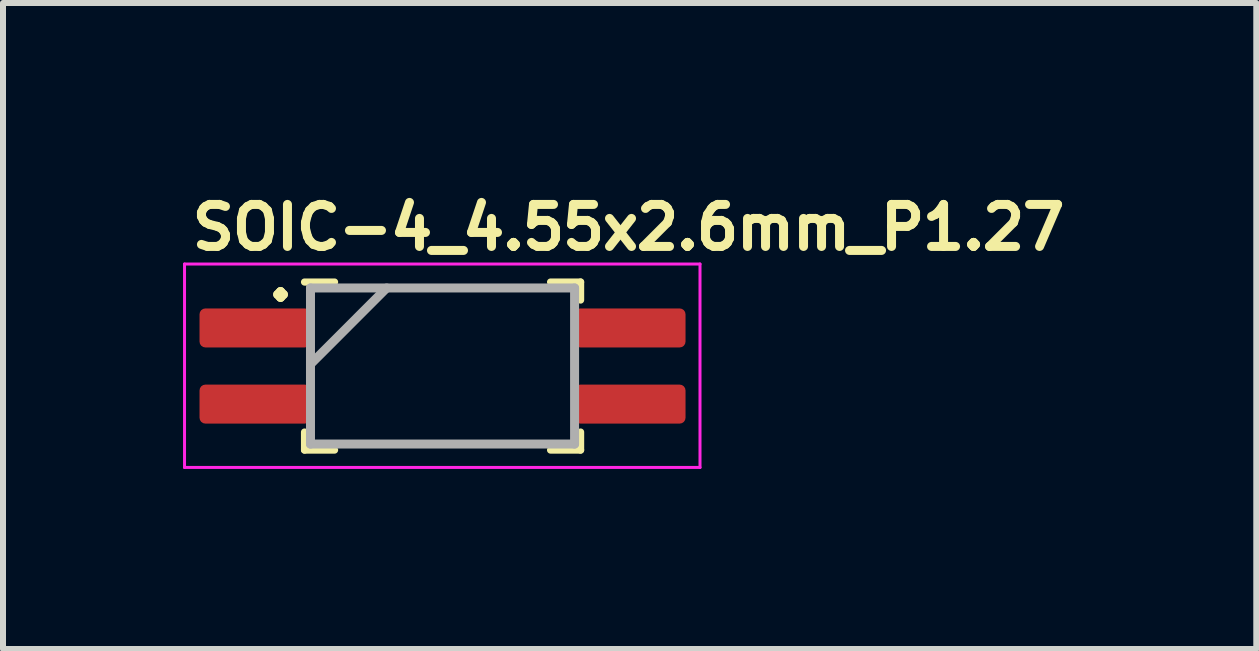
<source format=kicad_pcb>
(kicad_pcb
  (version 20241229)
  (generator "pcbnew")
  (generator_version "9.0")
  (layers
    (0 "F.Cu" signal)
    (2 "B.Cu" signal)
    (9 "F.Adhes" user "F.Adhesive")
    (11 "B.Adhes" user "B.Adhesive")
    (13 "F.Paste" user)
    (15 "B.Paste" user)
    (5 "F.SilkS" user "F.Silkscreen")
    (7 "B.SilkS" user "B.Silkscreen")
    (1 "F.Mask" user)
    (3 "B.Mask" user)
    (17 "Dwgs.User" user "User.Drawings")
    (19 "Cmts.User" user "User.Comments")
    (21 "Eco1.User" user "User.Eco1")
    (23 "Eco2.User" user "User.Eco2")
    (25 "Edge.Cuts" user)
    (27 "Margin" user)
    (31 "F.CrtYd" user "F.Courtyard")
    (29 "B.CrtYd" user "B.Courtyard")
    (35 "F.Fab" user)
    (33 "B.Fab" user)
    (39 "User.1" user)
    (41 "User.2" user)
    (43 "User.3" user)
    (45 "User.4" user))
  (footprint "SOIC-4_4.55x2.6mm_P1.27"
    (layer "F.Cu")
    (at 4.325 3.05)
    (property "Reference" "SOIC-4_4.55x2.6mm_P1.27" (at -4.25 -1.9 0) (layer "F.SilkS") (effects (font (size 0.7 0.7) (thickness 0.15)) (justify left bottom)))
    (attr smd)
    (fp_line (start -2.3 -1.4) (end -1.8 -1.4) (stroke (width 0.12) (type solid)) (layer "F.SilkS"))
    (fp_line (start -2.3 1.1) (end -2.3 1.4) (stroke (width 0.12) (type solid)) (layer "F.SilkS"))
    (fp_line (start -1.8 1.4) (end -2.3 1.4) (stroke (width 0.12) (type solid)) (layer "F.SilkS"))
    (fp_line (start 1.8 -1.4) (end 2.3 -1.4) (stroke (width 0.12) (type solid)) (layer "F.SilkS"))
    (fp_line (start 2.3 -1.1) (end 2.3 -1.4) (stroke (width 0.12) (type solid)) (layer "F.SilkS"))
    (fp_line (start 2.3 1.1) (end 2.3 1.4) (stroke (width 0.12) (type solid)) (layer "F.SilkS"))
    (fp_line (start 2.3 1.4) (end 1.8 1.4) (stroke (width 0.12) (type solid)) (layer "F.SilkS"))
    (fp_line (start -4.3 -1.7) (end 4.29 -1.7) (stroke (width 0.05) (type solid)) (layer "F.CrtYd"))
    (fp_line (start -4.3 1.69) (end -4.3 -1.7) (stroke (width 0.05) (type solid)) (layer "F.CrtYd"))
    (fp_line (start 4.29 -1.7) (end 4.29 1.69) (stroke (width 0.05) (type solid)) (layer "F.CrtYd"))
    (fp_line (start 4.29 1.69) (end -4.3 1.69) (stroke (width 0.05) (type solid)) (layer "F.CrtYd"))
    (fp_line (start -2.201 -1.301) (end 2.2 -1.301) (stroke (width 0.15) (type solid)) (layer "F.Fab"))
    (fp_line (start -2.201 -0.03) (end -0.931 -1.301) (stroke (width 0.15) (type solid)) (layer "F.Fab"))
    (fp_line (start -2.201 1.3) (end -2.201 -1.301) (stroke (width 0.15) (type solid)) (layer "F.Fab"))
    (fp_line (start 2.2 -1.301) (end 2.2 1.3) (stroke (width 0.15) (type solid)) (layer "F.Fab"))
    (fp_line (start 2.2 1.3) (end -2.201 1.3) (stroke (width 0.15) (type solid)) (layer "F.Fab"))
    (fp_line (start -3.5 -0.835) (end -3.161 -0.835) (stroke (width 0.01) (type solid)) (layer "User.9"))
    (fp_line (start -3.5 -0.435) (end -3.5 -0.835) (stroke (width 0.01) (type solid)) (layer "User.9"))
    (fp_line (start -3.5 -0.435) (end -3.161 -0.435) (stroke (width 0.01) (type solid)) (layer "User.9"))
    (fp_line (start -3.5 0.435) (end -3.161 0.435) (stroke (width 0.01) (type solid)) (layer "User.9"))
    (fp_line (start -3.5 0.835) (end -3.5 0.435) (stroke (width 0.01) (type solid)) (layer "User.9"))
    (fp_line (start -3.5 0.835) (end -3.161 0.835) (stroke (width 0.01) (type solid)) (layer "User.9"))
    (fp_line (start -3.161 -0.835) (end -3.078 -0.835) (stroke (width 0.01) (type solid)) (layer "User.9"))
    (fp_line (start -3.161 -0.435) (end -3.078 -0.435) (stroke (width 0.01) (type solid)) (layer "User.9"))
    (fp_line (start -3.161 0.435) (end -3.078 0.435) (stroke (width 0.01) (type solid)) (layer "User.9"))
    (fp_line (start -3.161 0.835) (end -3.078 0.835) (stroke (width 0.01) (type solid)) (layer "User.9"))
    (fp_line (start -3.078 -0.835) (end -2.396 -0.835) (stroke (width 0.01) (type solid)) (layer "User.9"))
    (fp_line (start -3.078 -0.435) (end -2.396 -0.435) (stroke (width 0.01) (type solid)) (layer "User.9"))
    (fp_line (start -3.078 0.435) (end -2.396 0.435) (stroke (width 0.01) (type solid)) (layer "User.9"))
    (fp_line (start -3.078 0.835) (end -2.396 0.835) (stroke (width 0.01) (type solid)) (layer "User.9"))
    (fp_line (start -2.396 -0.835) (end -2.313 -0.835) (stroke (width 0.01) (type solid)) (layer "User.9"))
    (fp_line (start -2.396 -0.435) (end -2.313 -0.435) (stroke (width 0.01) (type solid)) (layer "User.9"))
    (fp_line (start -2.396 0.435) (end -2.313 0.435) (stroke (width 0.01) (type solid)) (layer "User.9"))
    (fp_line (start -2.396 0.835) (end -2.313 0.835) (stroke (width 0.01) (type solid)) (layer "User.9"))
    (fp_line (start -2.313 -0.835) (end -2.2 -0.835) (stroke (width 0.01) (type solid)) (layer "User.9"))
    (fp_line (start -2.313 -0.435) (end -2.2 -0.435) (stroke (width 0.01) (type solid)) (layer "User.9"))
    (fp_line (start -2.313 0.435) (end -2.2 0.435) (stroke (width 0.01) (type solid)) (layer "User.9"))
    (fp_line (start -2.313 0.835) (end -2.2 0.835) (stroke (width 0.01) (type solid)) (layer "User.9"))
    (fp_line (start -2.2 -1.3) (end 2.2 -1.3) (stroke (width 0.01) (type solid)) (layer "User.9"))
    (fp_line (start -2.2 -0.435) (end -2.2 -0.835) (stroke (width 0.01) (type solid)) (layer "User.9"))
    (fp_line (start -2.2 0.835) (end -2.2 0.435) (stroke (width 0.01) (type solid)) (layer "User.9"))
    (fp_line (start -2.2 1.3) (end -2.2 -1.3) (stroke (width 0.01) (type solid)) (layer "User.9"))
    (fp_line (start -2.2 1.3) (end 2.2 1.3) (stroke (width 0.01) (type solid)) (layer "User.9"))
    (fp_line (start -1.755 -0.58) (end -1.755 -0.58) (stroke (width 0.01) (type solid)) (layer "User.9"))
    (fp_line (start -1.755 -0.58) (end -1.755 -0.566) (stroke (width 0.01) (type solid)) (layer "User.9"))
    (fp_line (start -1.755 -0.594) (end -1.755 -0.58) (stroke (width 0.01) (type solid)) (layer "User.9"))
    (fp_line (start -1.755 -0.566) (end -1.754 -0.552) (stroke (width 0.01) (type solid)) (layer "User.9"))
    (fp_line (start -1.754 -0.608) (end -1.755 -0.594) (stroke (width 0.01) (type solid)) (layer "User.9"))
    (fp_line (start -1.754 -0.552) (end -1.752 -0.538) (stroke (width 0.01) (type solid)) (layer "User.9"))
    (fp_line (start -1.752 -0.622) (end -1.754 -0.608) (stroke (width 0.01) (type solid)) (layer "User.9"))
    (fp_line (start -1.752 -0.538) (end -1.749 -0.525) (stroke (width 0.01) (type solid)) (layer "User.9"))
    (fp_line (start -1.749 -0.635) (end -1.752 -0.622) (stroke (width 0.01) (type solid)) (layer "User.9"))
    (fp_line (start -1.749 -0.525) (end -1.746 -0.511) (stroke (width 0.01) (type solid)) (layer "User.9"))
    (fp_line (start -1.746 -0.649) (end -1.749 -0.635) (stroke (width 0.01) (type solid)) (layer "User.9"))
    (fp_line (start -1.746 -0.511) (end -1.743 -0.498) (stroke (width 0.01) (type solid)) (layer "User.9"))
    (fp_line (start -1.743 -0.662) (end -1.746 -0.649) (stroke (width 0.01) (type solid)) (layer "User.9"))
    (fp_line (start -1.743 -0.498) (end -1.738 -0.485) (stroke (width 0.01) (type solid)) (layer "User.9"))
    (fp_line (start -1.738 -0.675) (end -1.743 -0.662) (stroke (width 0.01) (type solid)) (layer "User.9"))
    (fp_line (start -1.738 -0.485) (end -1.733 -0.473) (stroke (width 0.01) (type solid)) (layer "User.9"))
    (fp_line (start -1.733 -0.687) (end -1.738 -0.675) (stroke (width 0.01) (type solid)) (layer "User.9"))
    (fp_line (start -1.733 -0.473) (end -1.728 -0.461) (stroke (width 0.01) (type solid)) (layer "User.9"))
    (fp_line (start -1.728 -0.699) (end -1.733 -0.687) (stroke (width 0.01) (type solid)) (layer "User.9"))
    (fp_line (start -1.728 -0.461) (end -1.722 -0.449) (stroke (width 0.01) (type solid)) (layer "User.9"))
    (fp_line (start -1.722 -0.711) (end -1.728 -0.699) (stroke (width 0.01) (type solid)) (layer "User.9"))
    (fp_line (start -1.722 -0.449) (end -1.715 -0.437) (stroke (width 0.01) (type solid)) (layer "User.9"))
    (fp_line (start -1.715 -0.723) (end -1.722 -0.711) (stroke (width 0.01) (type solid)) (layer "User.9"))
    (fp_line (start -1.715 -0.437) (end -1.708 -0.426) (stroke (width 0.01) (type solid)) (layer "User.9"))
    (fp_line (start -1.708 -0.734) (end -1.715 -0.723) (stroke (width 0.01) (type solid)) (layer "User.9"))
    (fp_line (start -1.708 -0.426) (end -1.7 -0.415) (stroke (width 0.01) (type solid)) (layer "User.9"))
    (fp_line (start -1.7 -0.745) (end -1.708 -0.734) (stroke (width 0.01) (type solid)) (layer "User.9"))
    (fp_line (start -1.7 -0.415) (end -1.692 -0.405) (stroke (width 0.01) (type solid)) (layer "User.9"))
    (fp_line (start -1.692 -0.755) (end -1.7 -0.745) (stroke (width 0.01) (type solid)) (layer "User.9"))
    (fp_line (start -1.692 -0.405) (end -1.684 -0.395) (stroke (width 0.01) (type solid)) (layer "User.9"))
    (fp_line (start -1.684 -0.765) (end -1.692 -0.755) (stroke (width 0.01) (type solid)) (layer "User.9"))
    (fp_line (start -1.684 -0.395) (end -1.674 -0.386) (stroke (width 0.01) (type solid)) (layer "User.9"))
    (fp_line (start -1.674 -0.774) (end -1.684 -0.765) (stroke (width 0.01) (type solid)) (layer "User.9"))
    (fp_line (start -1.674 -0.386) (end -1.665 -0.376) (stroke (width 0.01) (type solid)) (layer "User.9"))
    (fp_line (start -1.665 -0.784) (end -1.674 -0.774) (stroke (width 0.01) (type solid)) (layer "User.9"))
    (fp_line (start -1.665 -0.376) (end -1.655 -0.368) (stroke (width 0.01) (type solid)) (layer "User.9"))
    (fp_line (start -1.655 -0.792) (end -1.665 -0.784) (stroke (width 0.01) (type solid)) (layer "User.9"))
    (fp_line (start -1.655 -0.368) (end -1.645 -0.36) (stroke (width 0.01) (type solid)) (layer "User.9"))
    (fp_line (start -1.645 -0.8) (end -1.655 -0.792) (stroke (width 0.01) (type solid)) (layer "User.9"))
    (fp_line (start -1.645 -0.36) (end -1.634 -0.352) (stroke (width 0.01) (type solid)) (layer "User.9"))
    (fp_line (start -1.634 -0.808) (end -1.645 -0.8) (stroke (width 0.01) (type solid)) (layer "User.9"))
    (fp_line (start -1.634 -0.352) (end -1.623 -0.345) (stroke (width 0.01) (type solid)) (layer "User.9"))
    (fp_line (start -1.623 -0.815) (end -1.634 -0.808) (stroke (width 0.01) (type solid)) (layer "User.9"))
    (fp_line (start -1.623 -0.345) (end -1.611 -0.338) (stroke (width 0.01) (type solid)) (layer "User.9"))
    (fp_line (start -1.611 -0.822) (end -1.623 -0.815) (stroke (width 0.01) (type solid)) (layer "User.9"))
    (fp_line (start -1.611 -0.338) (end -1.599 -0.332) (stroke (width 0.01) (type solid)) (layer "User.9"))
    (fp_line (start -1.599 -0.828) (end -1.611 -0.822) (stroke (width 0.01) (type solid)) (layer "User.9"))
    (fp_line (start -1.599 -0.332) (end -1.587 -0.327) (stroke (width 0.01) (type solid)) (layer "User.9"))
    (fp_line (start -1.587 -0.833) (end -1.599 -0.828) (stroke (width 0.01) (type solid)) (layer "User.9"))
    (fp_line (start -1.587 -0.327) (end -1.575 -0.322) (stroke (width 0.01) (type solid)) (layer "User.9"))
    (fp_line (start -1.575 -0.838) (end -1.587 -0.833) (stroke (width 0.01) (type solid)) (layer "User.9"))
    (fp_line (start -1.575 -0.322) (end -1.562 -0.317) (stroke (width 0.01) (type solid)) (layer "User.9"))
    (fp_line (start -1.562 -0.843) (end -1.575 -0.838) (stroke (width 0.01) (type solid)) (layer "User.9"))
    (fp_line (start -1.562 -0.317) (end -1.549 -0.314) (stroke (width 0.01) (type solid)) (layer "User.9"))
    (fp_line (start -1.549 -0.846) (end -1.562 -0.843) (stroke (width 0.01) (type solid)) (layer "User.9"))
    (fp_line (start -1.549 -0.314) (end -1.535 -0.311) (stroke (width 0.01) (type solid)) (layer "User.9"))
    (fp_line (start -1.535 -0.849) (end -1.549 -0.846) (stroke (width 0.01) (type solid)) (layer "User.9"))
    (fp_line (start -1.535 -0.311) (end -1.522 -0.308) (stroke (width 0.01) (type solid)) (layer "User.9"))
    (fp_line (start -1.522 -0.852) (end -1.535 -0.849) (stroke (width 0.01) (type solid)) (layer "User.9"))
    (fp_line (start -1.522 -0.308) (end -1.508 -0.306) (stroke (width 0.01) (type solid)) (layer "User.9"))
    (fp_line (start -1.508 -0.854) (end -1.522 -0.852) (stroke (width 0.01) (type solid)) (layer "User.9"))
    (fp_line (start -1.508 -0.306) (end -1.494 -0.305) (stroke (width 0.01) (type solid)) (layer "User.9"))
    (fp_line (start -1.494 -0.855) (end -1.508 -0.854) (stroke (width 0.01) (type solid)) (layer "User.9"))
    (fp_line (start -1.494 -0.305) (end -1.48 -0.305) (stroke (width 0.01) (type solid)) (layer "User.9"))
    (fp_line (start -1.48 -0.855) (end -1.494 -0.855) (stroke (width 0.01) (type solid)) (layer "User.9"))
    (fp_line (start -1.48 -0.855) (end -1.48 -0.855) (stroke (width 0.01) (type solid)) (layer "User.9"))
    (fp_line (start -1.48 -0.305) (end -1.48 -0.305) (stroke (width 0.01) (type solid)) (layer "User.9"))
    (fp_line (start -1.48 -0.305) (end -1.466 -0.305) (stroke (width 0.01) (type solid)) (layer "User.9"))
    (fp_line (start -1.466 -0.855) (end -1.48 -0.855) (stroke (width 0.01) (type solid)) (layer "User.9"))
    (fp_line (start -1.466 -0.305) (end -1.452 -0.306) (stroke (width 0.01) (type solid)) (layer "User.9"))
    (fp_line (start -1.452 -0.854) (end -1.466 -0.855) (stroke (width 0.01) (type solid)) (layer "User.9"))
    (fp_line (start -1.452 -0.306) (end -1.438 -0.308) (stroke (width 0.01) (type solid)) (layer "User.9"))
    (fp_line (start -1.438 -0.852) (end -1.452 -0.854) (stroke (width 0.01) (type solid)) (layer "User.9"))
    (fp_line (start -1.438 -0.308) (end -1.425 -0.311) (stroke (width 0.01) (type solid)) (layer "User.9"))
    (fp_line (start -1.425 -0.849) (end -1.438 -0.852) (stroke (width 0.01) (type solid)) (layer "User.9"))
    (fp_line (start -1.425 -0.311) (end -1.411 -0.314) (stroke (width 0.01) (type solid)) (layer "User.9"))
    (fp_line (start -1.411 -0.846) (end -1.425 -0.849) (stroke (width 0.01) (type solid)) (layer "User.9"))
    (fp_line (start -1.411 -0.314) (end -1.398 -0.317) (stroke (width 0.01) (type solid)) (layer "User.9"))
    (fp_line (start -1.398 -0.843) (end -1.411 -0.846) (stroke (width 0.01) (type solid)) (layer "User.9"))
    (fp_line (start -1.398 -0.317) (end -1.385 -0.322) (stroke (width 0.01) (type solid)) (layer "User.9"))
    (fp_line (start -1.385 -0.838) (end -1.398 -0.843) (stroke (width 0.01) (type solid)) (layer "User.9"))
    (fp_line (start -1.385 -0.322) (end -1.373 -0.327) (stroke (width 0.01) (type solid)) (layer "User.9"))
    (fp_line (start -1.373 -0.833) (end -1.385 -0.838) (stroke (width 0.01) (type solid)) (layer "User.9"))
    (fp_line (start -1.373 -0.327) (end -1.361 -0.332) (stroke (width 0.01) (type solid)) (layer "User.9"))
    (fp_line (start -1.361 -0.828) (end -1.373 -0.833) (stroke (width 0.01) (type solid)) (layer "User.9"))
    (fp_line (start -1.361 -0.332) (end -1.349 -0.338) (stroke (width 0.01) (type solid)) (layer "User.9"))
    (fp_line (start -1.349 -0.822) (end -1.361 -0.828) (stroke (width 0.01) (type solid)) (layer "User.9"))
    (fp_line (start -1.349 -0.338) (end -1.337 -0.345) (stroke (width 0.01) (type solid)) (layer "User.9"))
    (fp_line (start -1.337 -0.815) (end -1.349 -0.822) (stroke (width 0.01) (type solid)) (layer "User.9"))
    (fp_line (start -1.337 -0.345) (end -1.326 -0.352) (stroke (width 0.01) (type solid)) (layer "User.9"))
    (fp_line (start -1.326 -0.808) (end -1.337 -0.815) (stroke (width 0.01) (type solid)) (layer "User.9"))
    (fp_line (start -1.326 -0.352) (end -1.315 -0.36) (stroke (width 0.01) (type solid)) (layer "User.9"))
    (fp_line (start -1.315 -0.8) (end -1.326 -0.808) (stroke (width 0.01) (type solid)) (layer "User.9"))
    (fp_line (start -1.315 -0.36) (end -1.305 -0.368) (stroke (width 0.01) (type solid)) (layer "User.9"))
    (fp_line (start -1.305 -0.792) (end -1.315 -0.8) (stroke (width 0.01) (type solid)) (layer "User.9"))
    (fp_line (start -1.305 -0.368) (end -1.295 -0.376) (stroke (width 0.01) (type solid)) (layer "User.9"))
    (fp_line (start -1.295 -0.784) (end -1.305 -0.792) (stroke (width 0.01) (type solid)) (layer "User.9"))
    (fp_line (start -1.295 -0.376) (end -1.286 -0.386) (stroke (width 0.01) (type solid)) (layer "User.9"))
    (fp_line (start -1.286 -0.774) (end -1.295 -0.784) (stroke (width 0.01) (type solid)) (layer "User.9"))
    (fp_line (start -1.286 -0.386) (end -1.276 -0.395) (stroke (width 0.01) (type solid)) (layer "User.9"))
    (fp_line (start -1.276 -0.765) (end -1.286 -0.774) (stroke (width 0.01) (type solid)) (layer "User.9"))
    (fp_line (start -1.276 -0.395) (end -1.268 -0.405) (stroke (width 0.01) (type solid)) (layer "User.9"))
    (fp_line (start -1.268 -0.755) (end -1.276 -0.765) (stroke (width 0.01) (type solid)) (layer "User.9"))
    (fp_line (start -1.268 -0.405) (end -1.26 -0.415) (stroke (width 0.01) (type solid)) (layer "User.9"))
    (fp_line (start -1.26 -0.745) (end -1.268 -0.755) (stroke (width 0.01) (type solid)) (layer "User.9"))
    (fp_line (start -1.26 -0.415) (end -1.252 -0.426) (stroke (width 0.01) (type solid)) (layer "User.9"))
    (fp_line (start -1.252 -0.734) (end -1.26 -0.745) (stroke (width 0.01) (type solid)) (layer "User.9"))
    (fp_line (start -1.252 -0.426) (end -1.245 -0.437) (stroke (width 0.01) (type solid)) (layer "User.9"))
    (fp_line (start -1.245 -0.723) (end -1.252 -0.734) (stroke (width 0.01) (type solid)) (layer "User.9"))
    (fp_line (start -1.245 -0.437) (end -1.238 -0.449) (stroke (width 0.01) (type solid)) (layer "User.9"))
    (fp_line (start -1.238 -0.711) (end -1.245 -0.723) (stroke (width 0.01) (type solid)) (layer "User.9"))
    (fp_line (start -1.238 -0.449) (end -1.232 -0.461) (stroke (width 0.01) (type solid)) (layer "User.9"))
    (fp_line (start -1.232 -0.699) (end -1.238 -0.711) (stroke (width 0.01) (type solid)) (layer "User.9"))
    (fp_line (start -1.232 -0.461) (end -1.227 -0.473) (stroke (width 0.01) (type solid)) (layer "User.9"))
    (fp_line (start -1.227 -0.687) (end -1.232 -0.699) (stroke (width 0.01) (type solid)) (layer "User.9"))
    (fp_line (start -1.227 -0.473) (end -1.222 -0.485) (stroke (width 0.01) (type solid)) (layer "User.9"))
    (fp_line (start -1.222 -0.675) (end -1.227 -0.687) (stroke (width 0.01) (type solid)) (layer "User.9"))
    (fp_line (start -1.222 -0.485) (end -1.217 -0.498) (stroke (width 0.01) (type solid)) (layer "User.9"))
    (fp_line (start -1.217 -0.662) (end -1.222 -0.675) (stroke (width 0.01) (type solid)) (layer "User.9"))
    (fp_line (start -1.217 -0.498) (end -1.214 -0.511) (stroke (width 0.01) (type solid)) (layer "User.9"))
    (fp_line (start -1.214 -0.649) (end -1.217 -0.662) (stroke (width 0.01) (type solid)) (layer "User.9"))
    (fp_line (start -1.214 -0.511) (end -1.211 -0.525) (stroke (width 0.01) (type solid)) (layer "User.9"))
    (fp_line (start -1.211 -0.635) (end -1.214 -0.649) (stroke (width 0.01) (type solid)) (layer "User.9"))
    (fp_line (start -1.211 -0.525) (end -1.208 -0.538) (stroke (width 0.01) (type solid)) (layer "User.9"))
    (fp_line (start -1.208 -0.622) (end -1.211 -0.635) (stroke (width 0.01) (type solid)) (layer "User.9"))
    (fp_line (start -1.208 -0.538) (end -1.206 -0.552) (stroke (width 0.01) (type solid)) (layer "User.9"))
    (fp_line (start -1.206 -0.608) (end -1.208 -0.622) (stroke (width 0.01) (type solid)) (layer "User.9"))
    (fp_line (start -1.206 -0.552) (end -1.205 -0.566) (stroke (width 0.01) (type solid)) (layer "User.9"))
    (fp_line (start -1.205 -0.594) (end -1.206 -0.608) (stroke (width 0.01) (type solid)) (layer "User.9"))
    (fp_line (start -1.205 -0.566) (end -1.205 -0.58) (stroke (width 0.01) (type solid)) (layer "User.9"))
    (fp_line (start -1.205 -0.58) (end -1.205 -0.594) (stroke (width 0.01) (type solid)) (layer "User.9"))
    (fp_line (start -1.205 -0.58) (end -1.205 -0.58) (stroke (width 0.01) (type solid)) (layer "User.9"))
    (fp_line (start -1.205 -0.58) (end -1.205 -0.58) (stroke (width 0.01) (type solid)) (layer "User.9"))
    (fp_line (start 2.2 -0.835) (end 2.313 -0.835) (stroke (width 0.01) (type solid)) (layer "User.9"))
    (fp_line (start 2.2 -0.435) (end 2.2 -0.835) (stroke (width 0.01) (type solid)) (layer "User.9"))
    (fp_line (start 2.2 -0.435) (end 2.313 -0.435) (stroke (width 0.01) (type solid)) (layer "User.9"))
    (fp_line (start 2.2 0.435) (end 2.313 0.435) (stroke (width 0.01) (type solid)) (layer "User.9"))
    (fp_line (start 2.2 0.835) (end 2.2 0.435) (stroke (width 0.01) (type solid)) (layer "User.9"))
    (fp_line (start 2.2 0.835) (end 2.313 0.835) (stroke (width 0.01) (type solid)) (layer "User.9"))
    (fp_line (start 2.2 1.3) (end 2.2 -1.3) (stroke (width 0.01) (type solid)) (layer "User.9"))
    (fp_line (start 2.396 -0.835) (end 2.313 -0.835) (stroke (width 0.01) (type solid)) (layer "User.9"))
    (fp_line (start 2.396 -0.435) (end 2.313 -0.435) (stroke (width 0.01) (type solid)) (layer "User.9"))
    (fp_line (start 2.396 0.435) (end 2.313 0.435) (stroke (width 0.01) (type solid)) (layer "User.9"))
    (fp_line (start 2.396 0.835) (end 2.313 0.835) (stroke (width 0.01) (type solid)) (layer "User.9"))
    (fp_line (start 3.078 -0.835) (end 2.396 -0.835) (stroke (width 0.01) (type solid)) (layer "User.9"))
    (fp_line (start 3.078 -0.435) (end 2.396 -0.435) (stroke (width 0.01) (type solid)) (layer "User.9"))
    (fp_line (start 3.078 0.435) (end 2.396 0.435) (stroke (width 0.01) (type solid)) (layer "User.9"))
    (fp_line (start 3.078 0.835) (end 2.396 0.835) (stroke (width 0.01) (type solid)) (layer "User.9"))
    (fp_line (start 3.161 -0.835) (end 3.078 -0.835) (stroke (width 0.01) (type solid)) (layer "User.9"))
    (fp_line (start 3.161 -0.835) (end 3.5 -0.835) (stroke (width 0.01) (type solid)) (layer "User.9"))
    (fp_line (start 3.161 -0.435) (end 3.078 -0.435) (stroke (width 0.01) (type solid)) (layer "User.9"))
    (fp_line (start 3.161 -0.435) (end 3.5 -0.435) (stroke (width 0.01) (type solid)) (layer "User.9"))
    (fp_line (start 3.161 0.435) (end 3.078 0.435) (stroke (width 0.01) (type solid)) (layer "User.9"))
    (fp_line (start 3.161 0.435) (end 3.5 0.435) (stroke (width 0.01) (type solid)) (layer "User.9"))
    (fp_line (start 3.161 0.835) (end 3.078 0.835) (stroke (width 0.01) (type solid)) (layer "User.9"))
    (fp_line (start 3.161 0.835) (end 3.5 0.835) (stroke (width 0.01) (type solid)) (layer "User.9"))
    (fp_line (start 3.5 -0.435) (end 3.5 -0.835) (stroke (width 0.01) (type solid)) (layer "User.9"))
    (fp_line (start 3.5 0.835) (end 3.5 0.435) (stroke (width 0.01) (type solid)) (layer "User.9"))
    (fp_text user "." (at -2.7 -1.6 0) (layer "F.SilkS") (effects (font (size 1 1) (thickness 0.15))))
    (pad "1" smd roundrect (at -3.125 -0.635 90) (size 0.65 1.85) (layers "F.Cu" "F.Mask" "F.Paste") (roundrect_rratio 0.15))
    (pad "2" smd roundrect (at -3.125 0.634 90) (size 0.65 1.85) (layers "F.Cu" "F.Mask" "F.Paste") (roundrect_rratio 0.15))
    (pad "3" smd roundrect (at 3.124 0.634 90) (size 0.65 1.85) (layers "F.Cu" "F.Mask" "F.Paste") (roundrect_rratio 0.15))
    (pad "4" smd roundrect (at 3.124 -0.635 90) (size 0.65 1.85) (layers "F.Cu" "F.Mask" "F.Paste") (roundrect_rratio 0.15)))
  (gr_rect
    (start -3 -3)
    (end 17.885 7.765)
    (stroke (width 0.1) (type default))
    (fill no)
    (layer "Edge.Cuts")))
</source>
